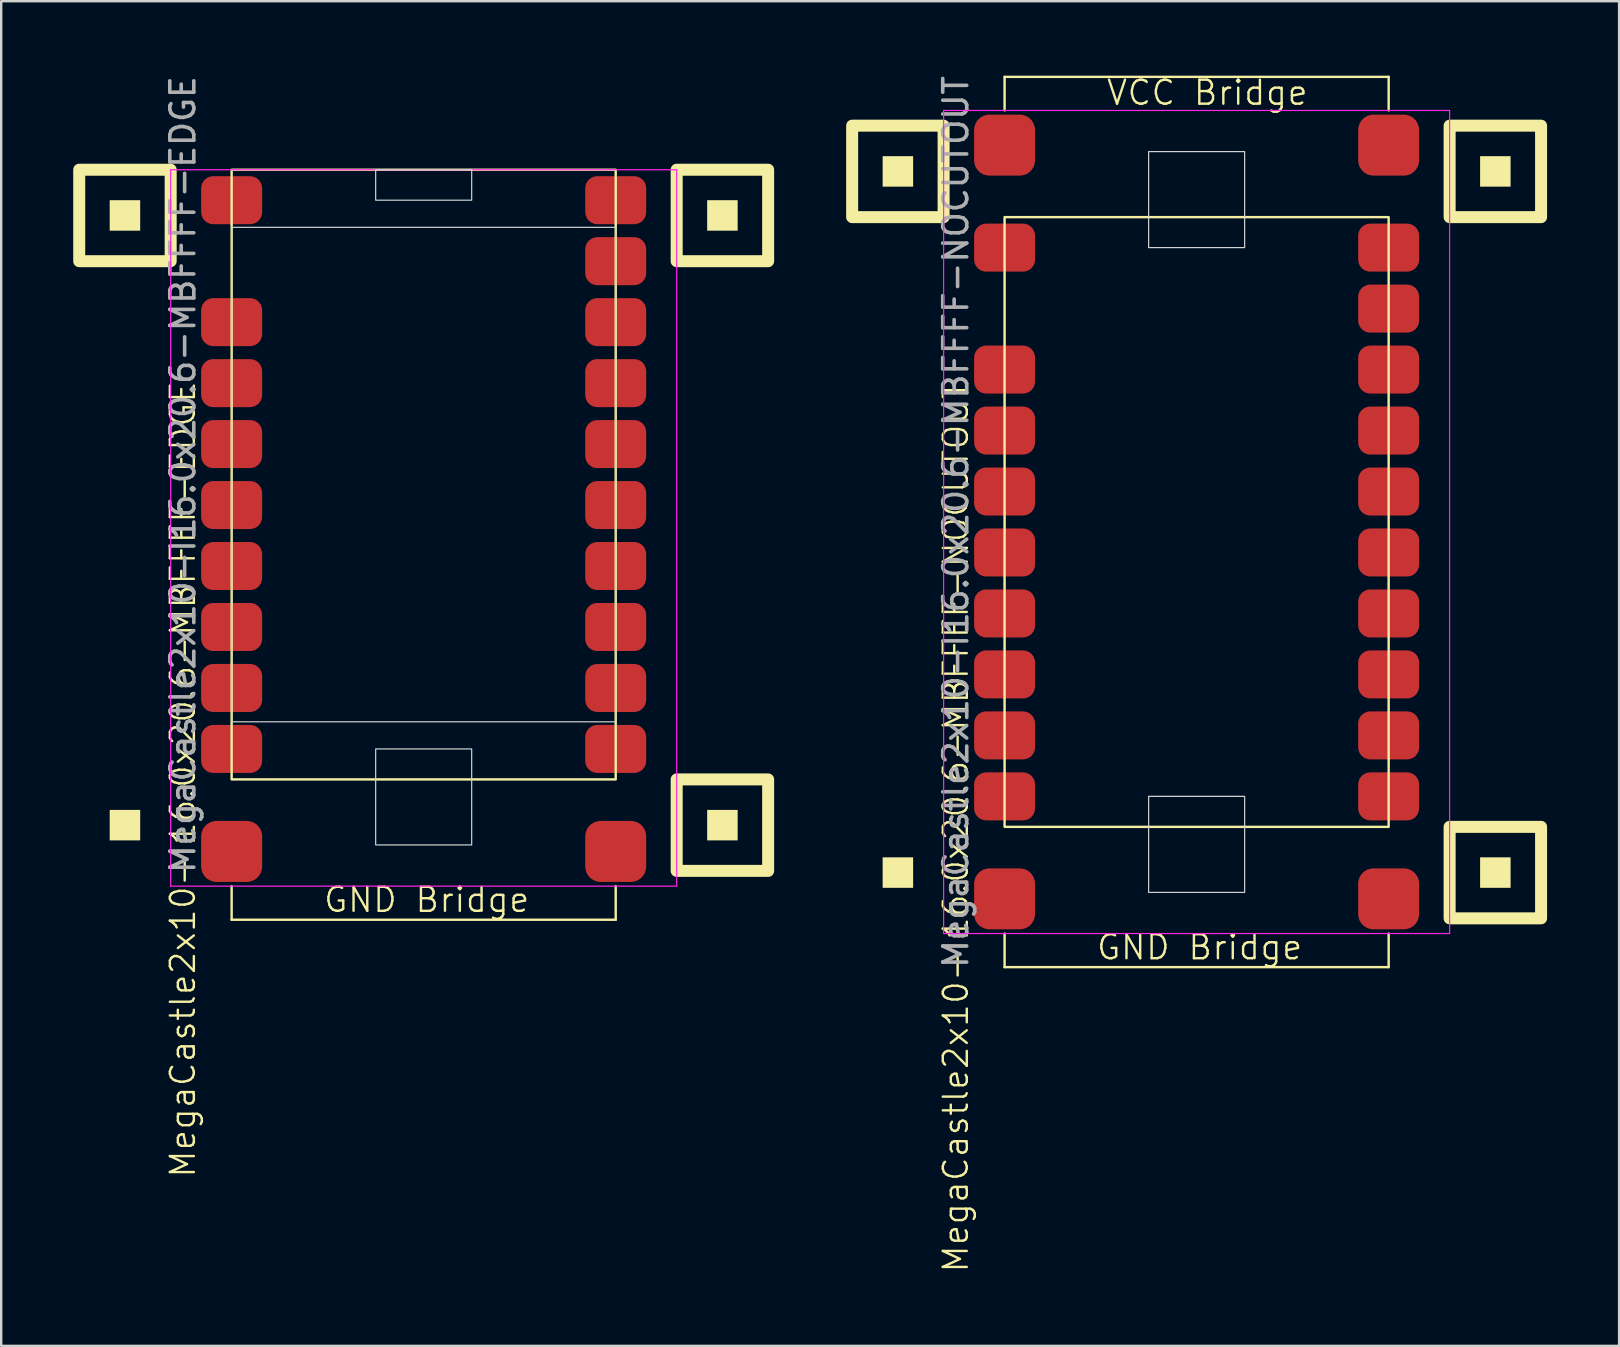
<source format=kicad_pcb>
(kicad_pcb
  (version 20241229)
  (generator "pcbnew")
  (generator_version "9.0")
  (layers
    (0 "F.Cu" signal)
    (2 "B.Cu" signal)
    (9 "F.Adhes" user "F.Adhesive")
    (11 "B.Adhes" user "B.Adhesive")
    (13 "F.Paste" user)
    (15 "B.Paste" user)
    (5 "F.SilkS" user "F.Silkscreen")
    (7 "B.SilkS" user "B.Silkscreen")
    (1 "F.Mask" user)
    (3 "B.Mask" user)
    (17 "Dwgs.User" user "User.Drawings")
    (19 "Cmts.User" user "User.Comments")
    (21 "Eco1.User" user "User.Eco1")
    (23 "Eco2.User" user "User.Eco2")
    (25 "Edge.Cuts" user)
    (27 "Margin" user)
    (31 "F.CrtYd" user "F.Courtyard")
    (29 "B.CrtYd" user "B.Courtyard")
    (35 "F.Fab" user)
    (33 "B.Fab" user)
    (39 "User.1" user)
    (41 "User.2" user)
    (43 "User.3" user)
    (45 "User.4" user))
  (footprint "MegaCastle2x10-I16.0x20.6-MBFFFF-EDGE"
    (layer "F.Cu")
    (at 14.6 16.72)
    (property "Reference" "MegaCastle2x10-I16.0x20.6-MBFFFF-EDGE" (at -10.032 12.7 90) (unlocked yes) (layer "F.SilkS") (effects (font (size 1 1) (thickness 0.1))))
    (attr smd)
    (fp_line (start -8 17.145) (end -8 18.545) (stroke (width 0.1) (type default)) (layer "F.SilkS"))
    (fp_line (start -8 18.545) (end 8 18.545) (stroke (width 0.1) (type default)) (layer "F.SilkS"))
    (fp_line (start 8 17.145) (end 8 18.545) (stroke (width 0.1) (type default)) (layer "F.SilkS"))
    (fp_rect (start -11.81 -10.16) (end -13.08 -11.43) (stroke (width 0) (type solid)) (fill yes) (layer "F.SilkS"))
    (fp_rect (start -11.81 15.24) (end -13.08 13.97) (stroke (width 0) (type solid)) (fill yes) (layer "F.SilkS"))
    (fp_rect (start -10.54 -8.89) (end -14.35 -12.7) (stroke (width 0.5) (type default)) (fill no) (layer "F.SilkS"))
    (fp_rect (start -8 -12.7) (end 8 12.7) (stroke (width 0.1) (type default)) (fill no) (layer "F.SilkS"))
    (fp_rect (start 13.08 -10.16) (end 11.81 -11.43) (stroke (width 0) (type solid)) (fill yes) (layer "F.SilkS"))
    (fp_rect (start 13.08 15.24) (end 11.81 13.97) (stroke (width 0) (type solid)) (fill yes) (layer "F.SilkS"))
    (fp_rect (start 14.35 -8.89) (end 10.54 -12.7) (stroke (width 0.5) (type default)) (fill no) (layer "F.SilkS"))
    (fp_rect (start 14.35 16.51) (end 10.54 12.7) (stroke (width 0.5) (type default)) (fill no) (layer "F.SilkS"))
    (fp_rect (start -8 -10.3) (end 8 10.3) (stroke (width 0.05) (type default)) (fill no) (layer "Edge.Cuts"))
    (fp_rect (start -2 -11.43) (end 2 -12.7) (stroke (width 0.05) (type default)) (fill no) (layer "Edge.Cuts"))
    (fp_rect (start -2 11.43) (end 2 15.43) (stroke (width 0.05) (type default)) (fill no) (layer "Edge.Cuts"))
    (fp_line (start -10.54 -12.7) (end -10.54 17.145) (stroke (width 0.05) (type default)) (layer "F.CrtYd"))
    (fp_line (start -10.54 17.145) (end 10.54 17.145) (stroke (width 0.05) (type default)) (layer "F.CrtYd"))
    (fp_line (start 10.54 -12.7) (end -10.54 -12.7) (stroke (width 0.05) (type default)) (layer "F.CrtYd"))
    (fp_line (start 10.54 -12.7) (end 10.54 17.145) (stroke (width 0.05) (type default)) (layer "F.CrtYd"))
    (fp_text user "GND Bridge" (at -4.226 18.3 0) (unlocked yes) (layer "F.SilkS") (effects (font (size 1 1) (thickness 0.1)) (justify left bottom)))
    (fp_text user "${REFERENCE}" (at -10.032 0 90) (unlocked yes) (layer "F.Fab") (effects (font (size 1 1) (thickness 0.15))))
    (pad "1" smd roundrect (at -8 -11.43) (size 2.54 2) (layers "F.Cu" "F.Mask" "F.Paste") (roundrect_rratio 0.25))
    (pad "3" smd roundrect (at -8 -6.35) (size 2.54 2) (layers "F.Cu" "F.Mask" "F.Paste") (roundrect_rratio 0.25))
    (pad "4" smd roundrect (at -8 -3.81) (size 2.54 2) (layers "F.Cu" "F.Mask" "F.Paste") (roundrect_rratio 0.25))
    (pad "5" smd roundrect (at -8 -1.27) (size 2.54 2) (layers "F.Cu" "F.Mask" "F.Paste") (roundrect_rratio 0.25))
    (pad "6" smd roundrect (at -8 1.27) (size 2.54 2) (layers "F.Cu" "F.Mask" "F.Paste") (roundrect_rratio 0.25))
    (pad "7" smd roundrect (at -8 3.81) (size 2.54 2) (layers "F.Cu" "F.Mask" "F.Paste") (roundrect_rratio 0.25))
    (pad "8" smd roundrect (at -8 6.35) (size 2.54 2) (layers "F.Cu" "F.Mask" "F.Paste") (roundrect_rratio 0.25))
    (pad "9" smd roundrect (at -8 8.89) (size 2.54 2) (layers "F.Cu" "F.Mask" "F.Paste") (roundrect_rratio 0.25))
    (pad "10" smd roundrect (at -8 11.43) (size 2.54 2) (layers "F.Cu" "F.Mask" "F.Paste") (roundrect_rratio 0.25))
    (pad "11" smd roundrect (at 8 -11.43) (size 2.54 2) (layers "F.Cu" "F.Mask" "F.Paste") (roundrect_rratio 0.25))
    (pad "12" smd roundrect (at 8 -8.89) (size 2.54 2) (layers "F.Cu" "F.Mask" "F.Paste") (roundrect_rratio 0.25))
    (pad "13" smd roundrect (at 8 -6.35) (size 2.54 2) (layers "F.Cu" "F.Mask" "F.Paste") (roundrect_rratio 0.25))
    (pad "14" smd roundrect (at 8 -3.81) (size 2.54 2) (layers "F.Cu" "F.Mask" "F.Paste") (roundrect_rratio 0.25))
    (pad "15" smd roundrect (at 8 -1.27) (size 2.54 2) (layers "F.Cu" "F.Mask" "F.Paste") (roundrect_rratio 0.25))
    (pad "16" smd roundrect (at 8 1.27) (size 2.54 2) (layers "F.Cu" "F.Mask" "F.Paste") (roundrect_rratio 0.25))
    (pad "17" smd roundrect (at 8 3.81) (size 2.54 2) (layers "F.Cu" "F.Mask" "F.Paste") (roundrect_rratio 0.25))
    (pad "18" smd roundrect (at 8 6.35) (size 2.54 2) (layers "F.Cu" "F.Mask" "F.Paste") (roundrect_rratio 0.25))
    (pad "19" smd roundrect (at 8 8.89) (size 2.54 2) (layers "F.Cu" "F.Mask" "F.Paste") (roundrect_rratio 0.25))
    (pad "20" smd roundrect (at 8 11.43) (size 2.54 2) (layers "F.Cu" "F.Mask" "F.Paste") (roundrect_rratio 0.25))
    (pad "B1" smd roundrect (at -8 15.7) (size 2.54 2.54) (layers "F.Cu" "F.Mask" "F.Paste") (roundrect_rratio 0.25))
    (pad "B2" smd roundrect (at 8 15.7) (size 2.54 2.54) (layers "F.Cu" "F.Mask" "F.Paste") (roundrect_rratio 0.25)))
  (footprint "MegaCastle2x10-I16.0x20.6-MBFFFF-NOCUTOUT"
    (layer "F.Cu")
    (at 46.8 18.696)
    (property "Reference" "MegaCastle2x10-I16.0x20.6-MBFFFF-NOCUTOUT" (at -10.032 12.7 90) (unlocked yes) (layer "F.SilkS") (effects (font (size 1 1) (thickness 0.1))))
    (attr smd)
    (fp_line (start -8 -18.545) (end 8 -18.545) (stroke (width 0.1) (type default)) (layer "F.SilkS"))
    (fp_line (start -8 -17.145) (end -8 -18.545) (stroke (width 0.1) (type default)) (layer "F.SilkS"))
    (fp_line (start -8 17.145) (end -8 18.545) (stroke (width 0.1) (type default)) (layer "F.SilkS"))
    (fp_line (start -8 18.545) (end 8 18.545) (stroke (width 0.1) (type default)) (layer "F.SilkS"))
    (fp_line (start 8 -17.145) (end 8 -18.545) (stroke (width 0.1) (type default)) (layer "F.SilkS"))
    (fp_line (start 8 17.145) (end 8 18.545) (stroke (width 0.1) (type default)) (layer "F.SilkS"))
    (fp_rect (start -11.81 -13.97) (end -13.08 -15.24) (stroke (width 0) (type solid)) (fill yes) (layer "F.SilkS"))
    (fp_rect (start -11.81 15.24) (end -13.08 13.97) (stroke (width 0) (type solid)) (fill yes) (layer "F.SilkS"))
    (fp_rect (start -10.54 -12.7) (end -14.35 -16.51) (stroke (width 0.5) (type default)) (fill no) (layer "F.SilkS"))
    (fp_rect (start -8 -12.7) (end 8 12.7) (stroke (width 0.1) (type default)) (fill no) (layer "F.SilkS"))
    (fp_rect (start 13.08 -13.97) (end 11.81 -15.24) (stroke (width 0) (type solid)) (fill yes) (layer "F.SilkS"))
    (fp_rect (start 13.08 15.24) (end 11.81 13.97) (stroke (width 0) (type solid)) (fill yes) (layer "F.SilkS"))
    (fp_rect (start 14.35 -12.7) (end 10.54 -16.51) (stroke (width 0.5) (type default)) (fill no) (layer "F.SilkS"))
    (fp_rect (start 14.35 16.51) (end 10.54 12.7) (stroke (width 0.5) (type default)) (fill no) (layer "F.SilkS"))
    (fp_rect (start -2 -11.43) (end 2 -15.43) (stroke (width 0.05) (type default)) (fill no) (layer "Edge.Cuts"))
    (fp_rect (start -2 11.43) (end 2 15.43) (stroke (width 0.05) (type default)) (fill no) (layer "Edge.Cuts"))
    (fp_line (start -10.54 -17.145) (end -10.54 17.145) (stroke (width 0.05) (type default)) (layer "F.CrtYd"))
    (fp_line (start -10.54 17.145) (end 10.54 17.145) (stroke (width 0.05) (type default)) (layer "F.CrtYd"))
    (fp_line (start 10.54 -17.145) (end -10.54 -17.145) (stroke (width 0.05) (type default)) (layer "F.CrtYd"))
    (fp_line (start 10.54 -17.145) (end 10.54 17.145) (stroke (width 0.05) (type default)) (layer "F.CrtYd"))
    (fp_text user "VCC Bridge" (at -3.81 -17.3 0) (unlocked yes) (layer "F.SilkS") (effects (font (size 1 1) (thickness 0.1)) (justify left bottom)))
    (fp_text user "GND Bridge" (at -4.226 18.3 0) (unlocked yes) (layer "F.SilkS") (effects (font (size 1 1) (thickness 0.1)) (justify left bottom)))
    (fp_text user "${REFERENCE}" (at -10.032 0 90) (unlocked yes) (layer "F.Fab") (effects (font (size 1 1) (thickness 0.15))))
    (pad "1" smd roundrect (at -8 -11.43) (size 2.54 2) (layers "F.Cu" "F.Mask" "F.Paste") (roundrect_rratio 0.25))
    (pad "3" smd roundrect (at -8 -6.35) (size 2.54 2) (layers "F.Cu" "F.Mask" "F.Paste") (roundrect_rratio 0.25))
    (pad "4" smd roundrect (at -8 -3.81) (size 2.54 2) (layers "F.Cu" "F.Mask" "F.Paste") (roundrect_rratio 0.25))
    (pad "5" smd roundrect (at -8 -1.27) (size 2.54 2) (layers "F.Cu" "F.Mask" "F.Paste") (roundrect_rratio 0.25))
    (pad "6" smd roundrect (at -8 1.27) (size 2.54 2) (layers "F.Cu" "F.Mask" "F.Paste") (roundrect_rratio 0.25))
    (pad "7" smd roundrect (at -8 3.81) (size 2.54 2) (layers "F.Cu" "F.Mask" "F.Paste") (roundrect_rratio 0.25))
    (pad "8" smd roundrect (at -8 6.35) (size 2.54 2) (layers "F.Cu" "F.Mask" "F.Paste") (roundrect_rratio 0.25))
    (pad "9" smd roundrect (at -8 8.89) (size 2.54 2) (layers "F.Cu" "F.Mask" "F.Paste") (roundrect_rratio 0.25))
    (pad "10" smd roundrect (at -8 11.43) (size 2.54 2) (layers "F.Cu" "F.Mask" "F.Paste") (roundrect_rratio 0.25))
    (pad "11" smd roundrect (at 8 -11.43) (size 2.54 2) (layers "F.Cu" "F.Mask" "F.Paste") (roundrect_rratio 0.25))
    (pad "12" smd roundrect (at 8 -8.89) (size 2.54 2) (layers "F.Cu" "F.Mask" "F.Paste") (roundrect_rratio 0.25))
    (pad "13" smd roundrect (at 8 -6.35) (size 2.54 2) (layers "F.Cu" "F.Mask" "F.Paste") (roundrect_rratio 0.25))
    (pad "14" smd roundrect (at 8 -3.81) (size 2.54 2) (layers "F.Cu" "F.Mask" "F.Paste") (roundrect_rratio 0.25))
    (pad "15" smd roundrect (at 8 -1.27) (size 2.54 2) (layers "F.Cu" "F.Mask" "F.Paste") (roundrect_rratio 0.25))
    (pad "16" smd roundrect (at 8 1.27) (size 2.54 2) (layers "F.Cu" "F.Mask" "F.Paste") (roundrect_rratio 0.25))
    (pad "17" smd roundrect (at 8 3.81) (size 2.54 2) (layers "F.Cu" "F.Mask" "F.Paste") (roundrect_rratio 0.25))
    (pad "18" smd roundrect (at 8 6.35) (size 2.54 2) (layers "F.Cu" "F.Mask" "F.Paste") (roundrect_rratio 0.25))
    (pad "19" smd roundrect (at 8 8.89) (size 2.54 2) (layers "F.Cu" "F.Mask" "F.Paste") (roundrect_rratio 0.25))
    (pad "20" smd roundrect (at 8 11.43) (size 2.54 2) (layers "F.Cu" "F.Mask" "F.Paste") (roundrect_rratio 0.25))
    (pad "A1" smd roundrect (at -8 -15.7) (size 2.54 2.54) (layers "F.Cu" "F.Mask" "F.Paste") (roundrect_rratio 0.25))
    (pad "A2" smd roundrect (at 8 -15.7) (size 2.54 2.54) (layers "F.Cu" "F.Mask" "F.Paste") (roundrect_rratio 0.25))
    (pad "B1" smd roundrect (at -8 15.7) (size 2.54 2.54) (layers "F.Cu" "F.Mask" "F.Paste") (roundrect_rratio 0.25))
    (pad "B2" smd roundrect (at 8 15.7) (size 2.54 2.54) (layers "F.Cu" "F.Mask" "F.Paste") (roundrect_rratio 0.25)))
  (gr_rect
    (start -3 -3)
    (end 64.4 53.018)
    (stroke (width 0.1) (type default))
    (fill no)
    (layer "Edge.Cuts")))
</source>
